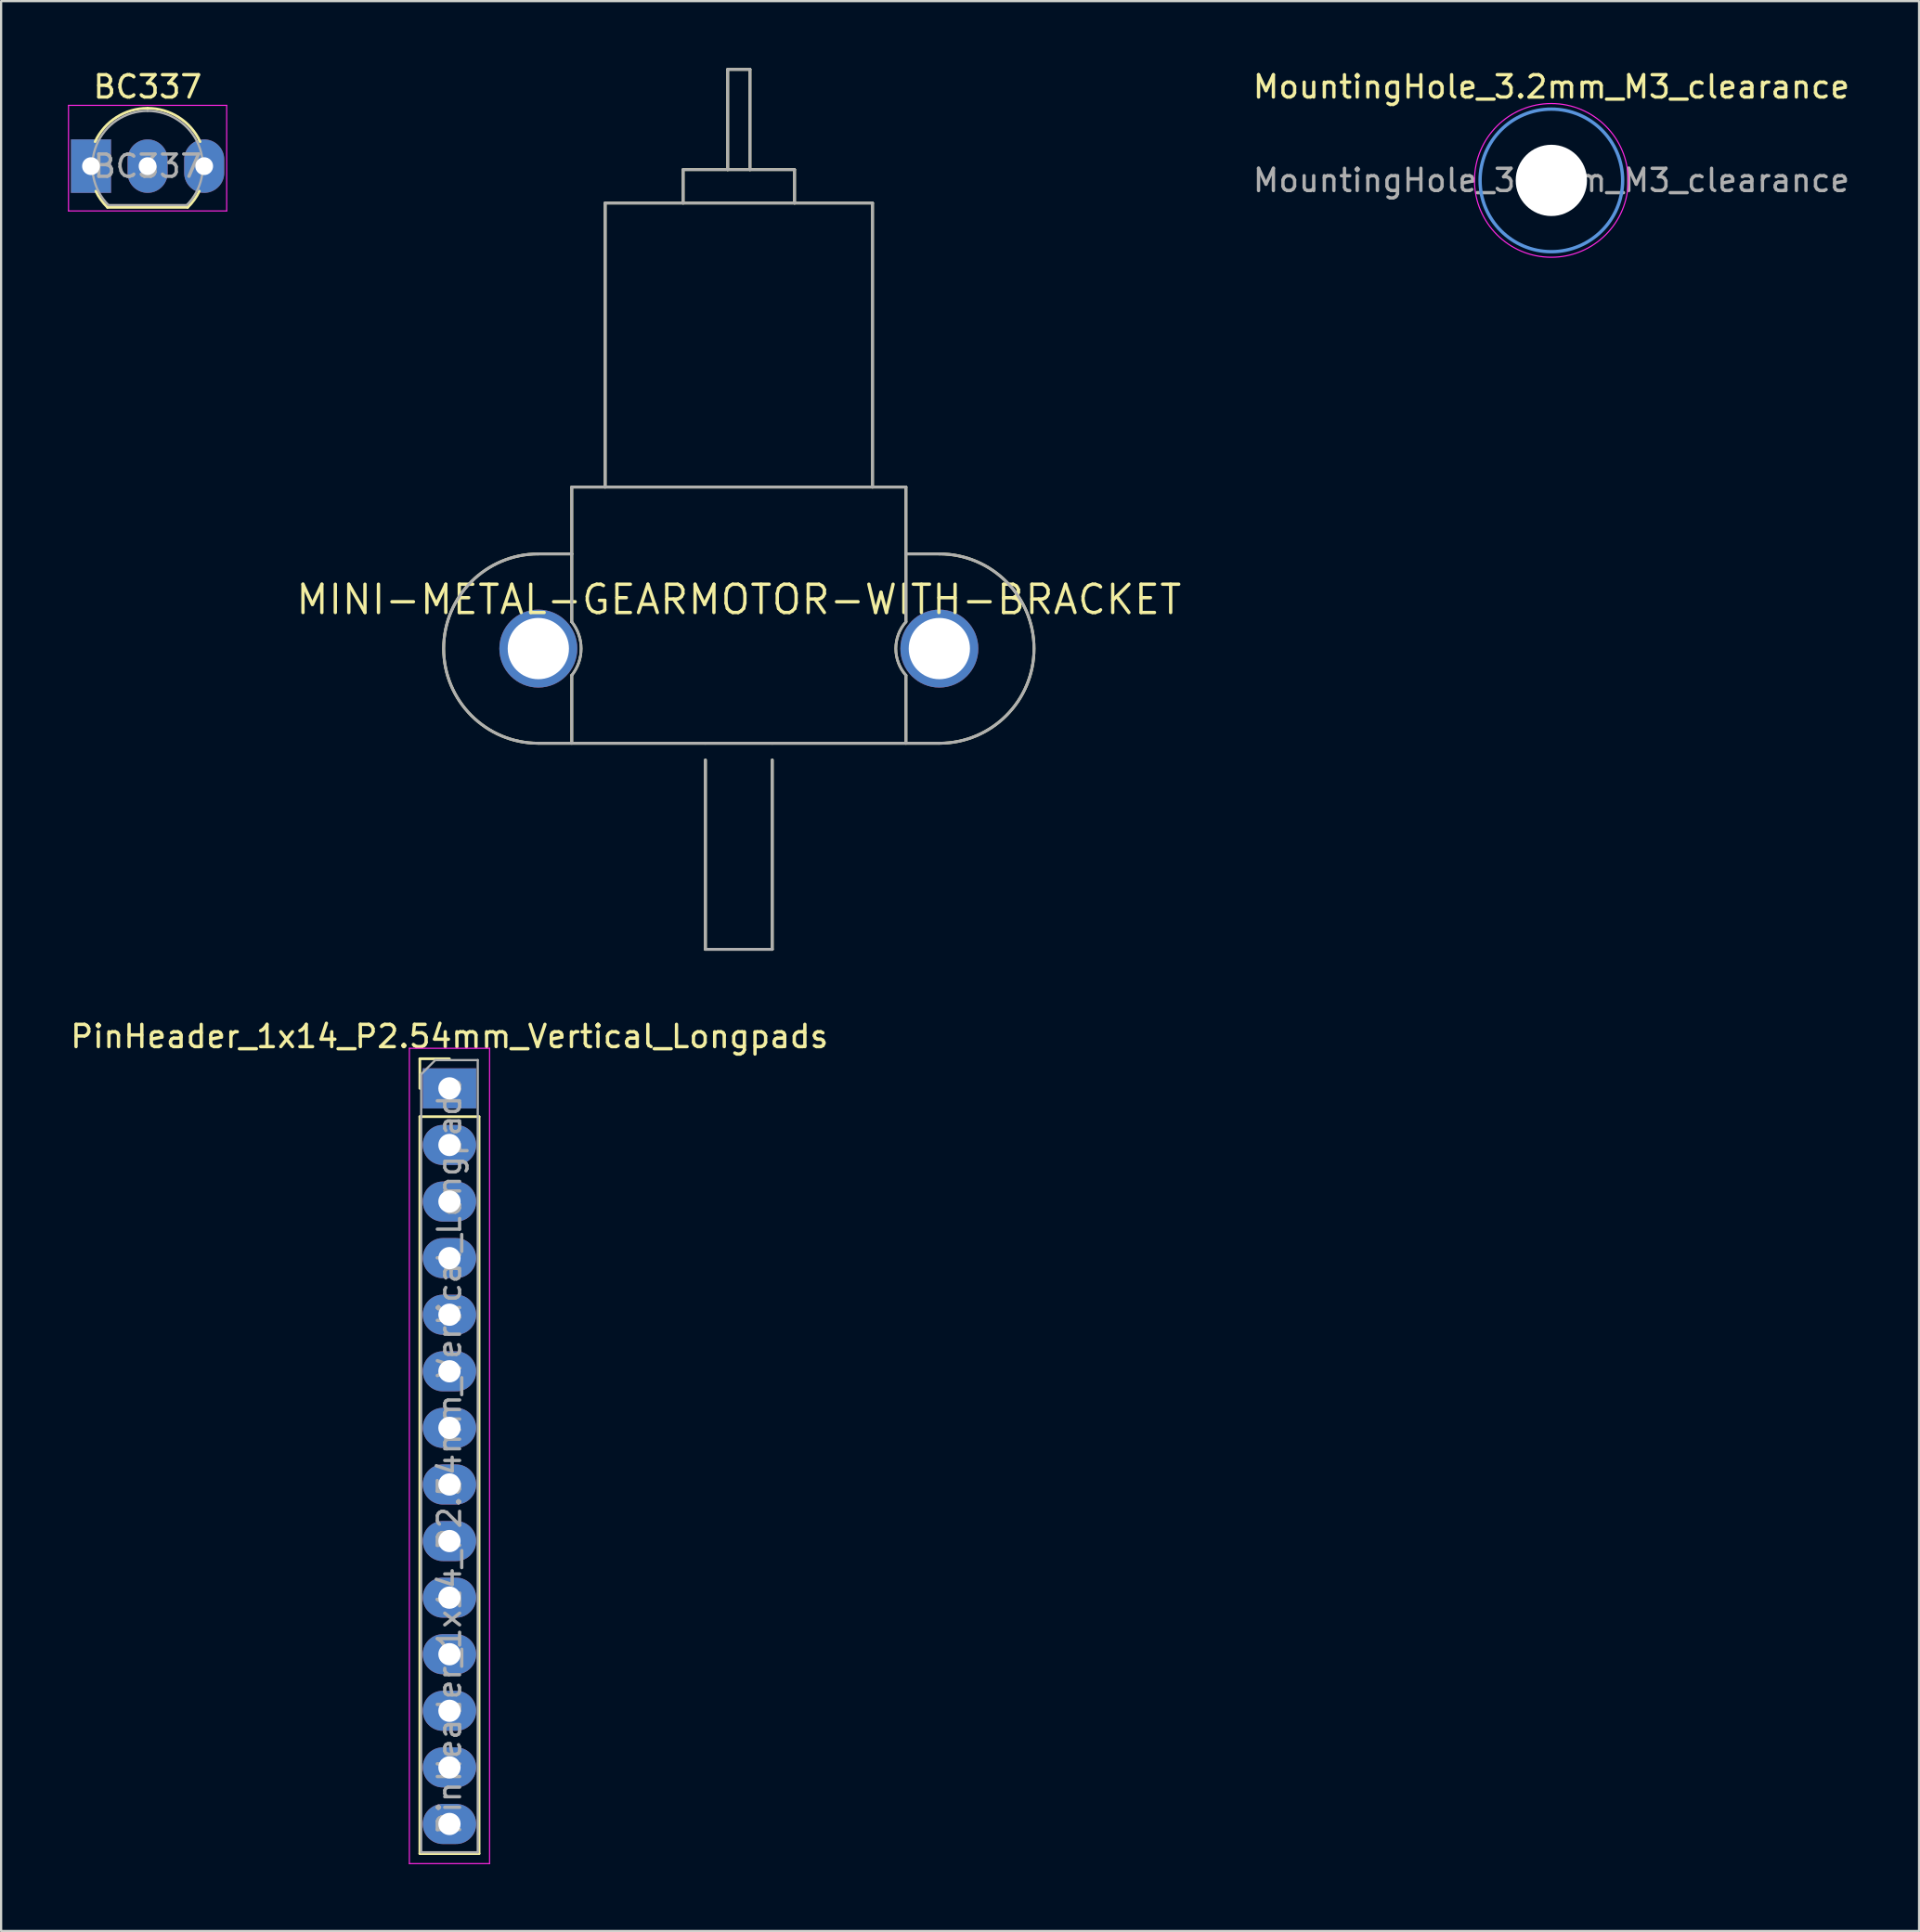
<source format=kicad_pcb>
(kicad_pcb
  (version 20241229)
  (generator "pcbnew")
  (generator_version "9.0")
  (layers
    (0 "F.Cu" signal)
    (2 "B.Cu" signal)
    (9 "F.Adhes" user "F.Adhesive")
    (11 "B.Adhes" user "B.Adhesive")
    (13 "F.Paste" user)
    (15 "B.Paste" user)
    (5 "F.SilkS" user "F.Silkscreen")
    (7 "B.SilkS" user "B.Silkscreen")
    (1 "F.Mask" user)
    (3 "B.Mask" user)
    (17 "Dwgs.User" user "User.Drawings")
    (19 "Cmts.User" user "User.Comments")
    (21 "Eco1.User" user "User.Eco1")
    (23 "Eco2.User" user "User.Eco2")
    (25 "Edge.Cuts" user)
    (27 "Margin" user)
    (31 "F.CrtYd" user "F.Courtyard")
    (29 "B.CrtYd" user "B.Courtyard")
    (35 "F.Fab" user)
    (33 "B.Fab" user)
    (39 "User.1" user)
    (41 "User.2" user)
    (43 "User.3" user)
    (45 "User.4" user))
  (footprint "MountingHole_3.2mm_M3_clearance"
    (layer "F.Cu")
    (at 66.585 5.048)
    (property "Reference" "MountingHole_3.2mm_M3_clearance" (at 0 -4.2 0) (layer "F.SilkS") (effects (font (size 1 1) (thickness 0.15))))
    (attr exclude_from_pos_files exclude_from_bom)
    (fp_circle (center 0 0) (end 3.2 0) (stroke (width 0.15) (type solid)) (fill no) (layer "Cmts.User"))
    (fp_circle (center 0 0) (end 3.45 0) (stroke (width 0.05) (type solid)) (fill no) (layer "F.CrtYd"))
    (fp_text user "${REFERENCE}" (at 0 0 0) (layer "F.Fab") (effects (font (size 1 1) (thickness 0.15))))
    (pad "" np_thru_hole circle (at 0 0) (size 3.2 3.2) (drill 3.2) (layers "*.Cu" "*.Mask")))
  (footprint "PinHeader_1x14_P2.54mm_Vertical_Longpads"
    (layer "F.Cu")
    (at 17.125 45.805)
    (property "Reference" "PinHeader_1x14_P2.54mm_Vertical_Longpads" (at 0 -2.33 0) (layer "F.SilkS") (effects (font (size 1 1) (thickness 0.15))))
    (attr through_hole)
    (fp_line (start -1.33 -1.33) (end 0 -1.33) (stroke (width 0.12) (type solid)) (layer "F.SilkS"))
    (fp_line (start -1.33 0) (end -1.33 -1.33) (stroke (width 0.12) (type solid)) (layer "F.SilkS"))
    (fp_line (start -1.33 1.27) (end -1.33 34.35) (stroke (width 0.12) (type solid)) (layer "F.SilkS"))
    (fp_line (start -1.33 1.27) (end 1.33 1.27) (stroke (width 0.12) (type solid)) (layer "F.SilkS"))
    (fp_line (start -1.33 34.35) (end 1.33 34.35) (stroke (width 0.12) (type solid)) (layer "F.SilkS"))
    (fp_line (start 1.33 1.27) (end 1.33 34.35) (stroke (width 0.12) (type solid)) (layer "F.SilkS"))
    (fp_line (start -1.8 -1.8) (end -1.8 34.8) (stroke (width 0.05) (type solid)) (layer "F.CrtYd"))
    (fp_line (start -1.8 34.8) (end 1.8 34.8) (stroke (width 0.05) (type solid)) (layer "F.CrtYd"))
    (fp_line (start 1.8 -1.8) (end -1.8 -1.8) (stroke (width 0.05) (type solid)) (layer "F.CrtYd"))
    (fp_line (start 1.8 34.8) (end 1.8 -1.8) (stroke (width 0.05) (type solid)) (layer "F.CrtYd"))
    (fp_line (start -1.27 -0.635) (end -0.635 -1.27) (stroke (width 0.1) (type solid)) (layer "F.Fab"))
    (fp_line (start -1.27 34.29) (end -1.27 -0.635) (stroke (width 0.1) (type solid)) (layer "F.Fab"))
    (fp_line (start -0.635 -1.27) (end 1.27 -1.27) (stroke (width 0.1) (type solid)) (layer "F.Fab"))
    (fp_line (start 1.27 -1.27) (end 1.27 34.29) (stroke (width 0.1) (type solid)) (layer "F.Fab"))
    (fp_line (start 1.27 34.29) (end -1.27 34.29) (stroke (width 0.1) (type solid)) (layer "F.Fab"))
    (fp_text user "${REFERENCE}" (at 0 16.51 90) (layer "F.Fab") (effects (font (size 1 1) (thickness 0.15))))
    (pad "1" thru_hole rect (at 0 0) (size 2.4 1.8) (drill 1) (layers "*.Cu" "*.Mask"))
    (pad "2" thru_hole oval (at 0 2.54) (size 2.4 1.8) (drill 1) (layers "*.Cu" "*.Mask"))
    (pad "3" thru_hole oval (at 0 5.08) (size 2.4 1.8) (drill 1) (layers "*.Cu" "*.Mask"))
    (pad "4" thru_hole oval (at 0 7.62) (size 2.4 1.8) (drill 1) (layers "*.Cu" "*.Mask"))
    (pad "5" thru_hole oval (at 0 10.16) (size 2.4 1.8) (drill 1) (layers "*.Cu" "*.Mask"))
    (pad "6" thru_hole oval (at 0 12.7) (size 2.4 1.8) (drill 1) (layers "*.Cu" "*.Mask"))
    (pad "7" thru_hole oval (at 0 15.24) (size 2.4 1.8) (drill 1) (layers "*.Cu" "*.Mask"))
    (pad "8" thru_hole oval (at 0 17.78) (size 2.4 1.8) (drill 1) (layers "*.Cu" "*.Mask"))
    (pad "9" thru_hole oval (at 0 20.32) (size 2.4 1.8) (drill 1) (layers "*.Cu" "*.Mask"))
    (pad "10" thru_hole oval (at 0 22.86) (size 2.4 1.8) (drill 1) (layers "*.Cu" "*.Mask"))
    (pad "11" thru_hole oval (at 0 25.4) (size 2.4 1.8) (drill 1) (layers "*.Cu" "*.Mask"))
    (pad "12" thru_hole oval (at 0 27.94) (size 2.4 1.8) (drill 1) (layers "*.Cu" "*.Mask"))
    (pad "13" thru_hole oval (at 0 30.48) (size 2.4 1.8) (drill 1) (layers "*.Cu" "*.Mask"))
    (pad "14" thru_hole oval (at 0 33.02) (size 2.4 1.8) (drill 1) (layers "*.Cu" "*.Mask")))
  (footprint "BC337"
    (layer "F.Cu")
    (at 1.035 4.408)
    (property "Reference" "BC337" (at 2.54 -3.56 0) (layer "F.SilkS") (effects (font (size 1 1) (thickness 0.15))))
    (attr through_hole)
    (fp_line (start 0.74 1.85) (end 4.34 1.85) (stroke (width 0.12) (type solid)) (layer "F.SilkS"))
    (fp_arc (start 0.1836 -1.098807) (mid 1.143021 -2.192817) (end 2.54 -2.6) (stroke (width 0.12) (type solid)) (layer "F.SilkS"))
    (fp_arc (start 0.74 1.85) (mid 0.446097 1.509328) (end 0.215816 1.122795) (stroke (width 0.12) (type solid)) (layer "F.SilkS"))
    (fp_arc (start 2.54 -2.6) (mid 3.936979 -2.192818) (end 4.8964 -1.098807) (stroke (width 0.12) (type solid)) (layer "F.SilkS"))
    (fp_arc (start 4.864184 1.122795) (mid 4.633903 1.509328) (end 4.34 1.85) (stroke (width 0.12) (type solid)) (layer "F.SilkS"))
    (fp_line (start -1.01 -2.73) (end -1.01 2.01) (stroke (width 0.05) (type solid)) (layer "F.CrtYd"))
    (fp_line (start -1.01 -2.73) (end 6.09 -2.73) (stroke (width 0.05) (type solid)) (layer "F.CrtYd"))
    (fp_line (start 6.09 2.01) (end -1.01 2.01) (stroke (width 0.05) (type solid)) (layer "F.CrtYd"))
    (fp_line (start 6.09 2.01) (end 6.09 -2.73) (stroke (width 0.05) (type solid)) (layer "F.CrtYd"))
    (fp_line (start 0.8 1.75) (end 4.3 1.75) (stroke (width 0.1) (type solid)) (layer "F.Fab"))
    (fp_arc (start 0.786375 1.753625) (mid 0.248779 -0.949055) (end 2.54 -2.48) (stroke (width 0.1) (type solid)) (layer "F.Fab"))
    (fp_arc (start 2.54 -2.48) (mid 4.831221 -0.949055) (end 4.293625 1.753625) (stroke (width 0.1) (type solid)) (layer "F.Fab"))
    (fp_text user "${REFERENCE}" (at 2.54 0 0) (layer "F.Fab") (effects (font (size 1 1) (thickness 0.15))))
    (pad "1" thru_hole rect (at 0 0) (size 1.8 2.4) (drill 0.8) (layers "*.Cu" "*.Mask"))
    (pad "2" thru_hole oval (at 2.54 0) (size 1.8 2.4) (drill 0.8) (layers "*.Cu" "*.Mask"))
    (pad "3" thru_hole oval (at 5.08 0) (size 1.8 2.4) (drill 0.8) (layers "*.Cu" "*.Mask")))
  (footprint "MINI-METAL-GEARMOTOR-WITH-BRACKET"
    (layer "F.Cu")
    (at 30.114 26.064)
    (property "Reference" "MINI-METAL-GEARMOTOR-WITH-BRACKET" (at 0 -2.2 0) (layer "F.SilkS") (effects (font (size 1.27 1.27) (thickness 0.15))))
    (fp_line (start -9 -4.25) (end -7.5 -4.25) (stroke (width 0.127) (type solid)) (layer "F.SilkS"))
    (fp_line (start -9 4.25) (end -7.5 4.25) (stroke (width 0.127) (type solid)) (layer "F.SilkS"))
    (fp_line (start -7.5 -7.25) (end -6 -7.25) (stroke (width 0.127) (type solid)) (layer "F.SilkS"))
    (fp_line (start -7.5 -4.25) (end -7.5 -7.25) (stroke (width 0.127) (type solid)) (layer "F.SilkS"))
    (fp_line (start -7.5 -1.2) (end -7.5 -4.25) (stroke (width 0.127) (type solid)) (layer "F.SilkS"))
    (fp_line (start -7.5 4.25) (end -7.5 1.2) (stroke (width 0.127) (type solid)) (layer "F.SilkS"))
    (fp_line (start -6 -20) (end -2.5 -20) (stroke (width 0.127) (type solid)) (layer "F.SilkS"))
    (fp_line (start -6 -7.25) (end -6 -20) (stroke (width 0.127) (type solid)) (layer "F.SilkS"))
    (fp_line (start -6 -7.25) (end 6 -7.25) (stroke (width 0.127) (type solid)) (layer "F.SilkS"))
    (fp_line (start -2.5 -21.5) (end -0.5 -21.5) (stroke (width 0.127) (type solid)) (layer "F.SilkS"))
    (fp_line (start -2.5 -20) (end -2.5 -21.5) (stroke (width 0.127) (type solid)) (layer "F.SilkS"))
    (fp_line (start -2.5 -20) (end 2.5 -20) (stroke (width 0.127) (type solid)) (layer "F.SilkS"))
    (fp_line (start -1.5 4.25) (end -7.5 4.25) (stroke (width 0.127) (type solid)) (layer "F.SilkS"))
    (fp_line (start -1.5 5) (end -1.5 13.5) (stroke (width 0.127) (type solid)) (layer "F.SilkS"))
    (fp_line (start -1.5 13.5) (end 1.5 13.5) (stroke (width 0.127) (type solid)) (layer "F.SilkS"))
    (fp_line (start -0.5 -26) (end 0.5 -26) (stroke (width 0.127) (type solid)) (layer "F.SilkS"))
    (fp_line (start -0.5 -21.5) (end -0.5 -26) (stroke (width 0.127) (type solid)) (layer "F.SilkS"))
    (fp_line (start -0.5 -21.5) (end 0.5 -21.5) (stroke (width 0.127) (type solid)) (layer "F.SilkS"))
    (fp_line (start 0.5 -26) (end 0.5 -21.5) (stroke (width 0.127) (type solid)) (layer "F.SilkS"))
    (fp_line (start 0.5 -21.5) (end 2.5 -21.5) (stroke (width 0.127) (type solid)) (layer "F.SilkS"))
    (fp_line (start 1.5 4.25) (end -1.5 4.25) (stroke (width 0.127) (type solid)) (layer "F.SilkS"))
    (fp_line (start 1.5 13.5) (end 1.5 5) (stroke (width 0.127) (type solid)) (layer "F.SilkS"))
    (fp_line (start 2.5 -21.5) (end 2.5 -20) (stroke (width 0.127) (type solid)) (layer "F.SilkS"))
    (fp_line (start 2.5 -20) (end 6 -20) (stroke (width 0.127) (type solid)) (layer "F.SilkS"))
    (fp_line (start 6 -20) (end 6 -7.25) (stroke (width 0.127) (type solid)) (layer "F.SilkS"))
    (fp_line (start 6 -7.25) (end 7.5 -7.25) (stroke (width 0.127) (type solid)) (layer "F.SilkS"))
    (fp_line (start 7.5 -7.25) (end 7.5 -4.25) (stroke (width 0.127) (type solid)) (layer "F.SilkS"))
    (fp_line (start 7.5 -4.25) (end 7.5 -1.2) (stroke (width 0.127) (type solid)) (layer "F.SilkS"))
    (fp_line (start 7.5 4.25) (end 1.5 4.25) (stroke (width 0.127) (type solid)) (layer "F.SilkS"))
    (fp_line (start 7.5 4.25) (end 7.5 1.2) (stroke (width 0.127) (type solid)) (layer "F.SilkS"))
    (fp_line (start 9 -4.25) (end 7.5 -4.25) (stroke (width 0.127) (type solid)) (layer "F.SilkS"))
    (fp_line (start 9 4.25) (end 7.5 4.25) (stroke (width 0.127) (type solid)) (layer "F.SilkS"))
    (fp_arc (start -9 4.25) (mid -13.25 0) (end -9 -4.25) (stroke (width 0.127) (type solid)) (layer "F.SilkS"))
    (fp_arc (start -7.5 -1.2) (mid -7.079178 0) (end -7.5 1.2) (stroke (width 0.12) (type solid)) (layer "F.SilkS"))
    (fp_arc (start 7.5 1.2) (mid 7.045959 0) (end 7.5 -1.2) (stroke (width 0.12) (type solid)) (layer "F.SilkS"))
    (fp_arc (start 9 -4.25) (mid 13.25 0) (end 9 4.25) (stroke (width 0.127) (type solid)) (layer "F.SilkS"))
    (fp_line (start -9 -4.25) (end -7.5 -4.25) (stroke (width 0.127) (type solid)) (layer "F.Fab"))
    (fp_line (start -9 4.25) (end -7.5 4.25) (stroke (width 0.127) (type solid)) (layer "F.Fab"))
    (fp_line (start -7.5 -7.25) (end -6 -7.25) (stroke (width 0.127) (type solid)) (layer "F.Fab"))
    (fp_line (start -7.5 -4.25) (end -7.5 -7.25) (stroke (width 0.127) (type solid)) (layer "F.Fab"))
    (fp_line (start -7.5 -1.2) (end -7.5 -4.25) (stroke (width 0.127) (type solid)) (layer "F.Fab"))
    (fp_line (start -7.5 4.25) (end -7.5 1.2) (stroke (width 0.127) (type solid)) (layer "F.Fab"))
    (fp_line (start -6 -20) (end -2.5 -20) (stroke (width 0.127) (type solid)) (layer "F.Fab"))
    (fp_line (start -6 -7.25) (end -6 -20) (stroke (width 0.127) (type solid)) (layer "F.Fab"))
    (fp_line (start -6 -7.25) (end 6 -7.25) (stroke (width 0.127) (type solid)) (layer "F.Fab"))
    (fp_line (start -2.5 -21.5) (end -0.5 -21.5) (stroke (width 0.127) (type solid)) (layer "F.Fab"))
    (fp_line (start -2.5 -20) (end -2.5 -21.5) (stroke (width 0.127) (type solid)) (layer "F.Fab"))
    (fp_line (start -2.5 -20) (end 2.5 -20) (stroke (width 0.127) (type solid)) (layer "F.Fab"))
    (fp_line (start -1.5 4.25) (end -7.5 4.25) (stroke (width 0.127) (type solid)) (layer "F.Fab"))
    (fp_line (start -1.5 5) (end -1.5 13.5) (stroke (width 0.1) (type solid)) (layer "F.Fab"))
    (fp_line (start -1.5 5) (end -1.5 13.5) (stroke (width 0.127) (type solid)) (layer "F.Fab"))
    (fp_line (start -1.5 13.5) (end 1.5 13.5) (stroke (width 0.127) (type solid)) (layer "F.Fab"))
    (fp_line (start -0.5 -26) (end 0.5 -26) (stroke (width 0.127) (type solid)) (layer "F.Fab"))
    (fp_line (start -0.5 -21.5) (end -0.5 -26) (stroke (width 0.127) (type solid)) (layer "F.Fab"))
    (fp_line (start -0.5 -21.5) (end 0.5 -21.5) (stroke (width 0.127) (type solid)) (layer "F.Fab"))
    (fp_line (start 0.5 -26) (end 0.5 -21.5) (stroke (width 0.127) (type solid)) (layer "F.Fab"))
    (fp_line (start 0.5 -21.5) (end 2.5 -21.5) (stroke (width 0.127) (type solid)) (layer "F.Fab"))
    (fp_line (start 1.5 4.25) (end -1.5 4.25) (stroke (width 0.127) (type solid)) (layer "F.Fab"))
    (fp_line (start 1.5 13.5) (end 1.5 5) (stroke (width 0.127) (type solid)) (layer "F.Fab"))
    (fp_line (start 2.5 -21.5) (end 2.5 -20) (stroke (width 0.127) (type solid)) (layer "F.Fab"))
    (fp_line (start 2.5 -20) (end 6 -20) (stroke (width 0.127) (type solid)) (layer "F.Fab"))
    (fp_line (start 6 -20) (end 6 -7.25) (stroke (width 0.127) (type solid)) (layer "F.Fab"))
    (fp_line (start 6 -7.25) (end 7.5 -7.25) (stroke (width 0.127) (type solid)) (layer "F.Fab"))
    (fp_line (start 7.5 -7.25) (end 7.5 -4.25) (stroke (width 0.127) (type solid)) (layer "F.Fab"))
    (fp_line (start 7.5 -4.25) (end 7.5 -1.2) (stroke (width 0.127) (type solid)) (layer "F.Fab"))
    (fp_line (start 7.5 4.25) (end 1.5 4.25) (stroke (width 0.127) (type solid)) (layer "F.Fab"))
    (fp_line (start 7.5 4.25) (end 7.5 1.2) (stroke (width 0.127) (type solid)) (layer "F.Fab"))
    (fp_line (start 9 -4.25) (end 7.5 -4.25) (stroke (width 0.127) (type solid)) (layer "F.Fab"))
    (fp_line (start 9 4.25) (end 7.5 4.25) (stroke (width 0.127) (type solid)) (layer "F.Fab"))
    (fp_arc (start -9 4.25) (mid -13.25 0) (end -9 -4.25) (stroke (width 0.127) (type solid)) (layer "F.Fab"))
    (fp_arc (start -7.5 -1.2) (mid -7.079178 0) (end -7.5 1.2) (stroke (width 0.12) (type solid)) (layer "F.Fab"))
    (fp_arc (start 7.5 1.2) (mid 7.045959 0) (end 7.5 -1.2) (stroke (width 0.12) (type solid)) (layer "F.Fab"))
    (fp_arc (start 9 -4.25) (mid 13.25 0) (end 9 4.25) (stroke (width 0.127) (type solid)) (layer "F.Fab"))
    (pad "" np_thru_hole circle (at -9 0) (size 3.5 3.5) (drill 2.75) (layers "*.Cu" "*.Mask"))
    (pad "" np_thru_hole circle (at 9 0) (size 3.5 3.5) (drill 2.75) (layers "*.Cu" "*.Mask")))
  (gr_rect
    (start -3 -3)
    (end 83.091 83.63)
    (stroke (width 0.1) (type default))
    (fill no)
    (layer "Edge.Cuts")))
</source>
